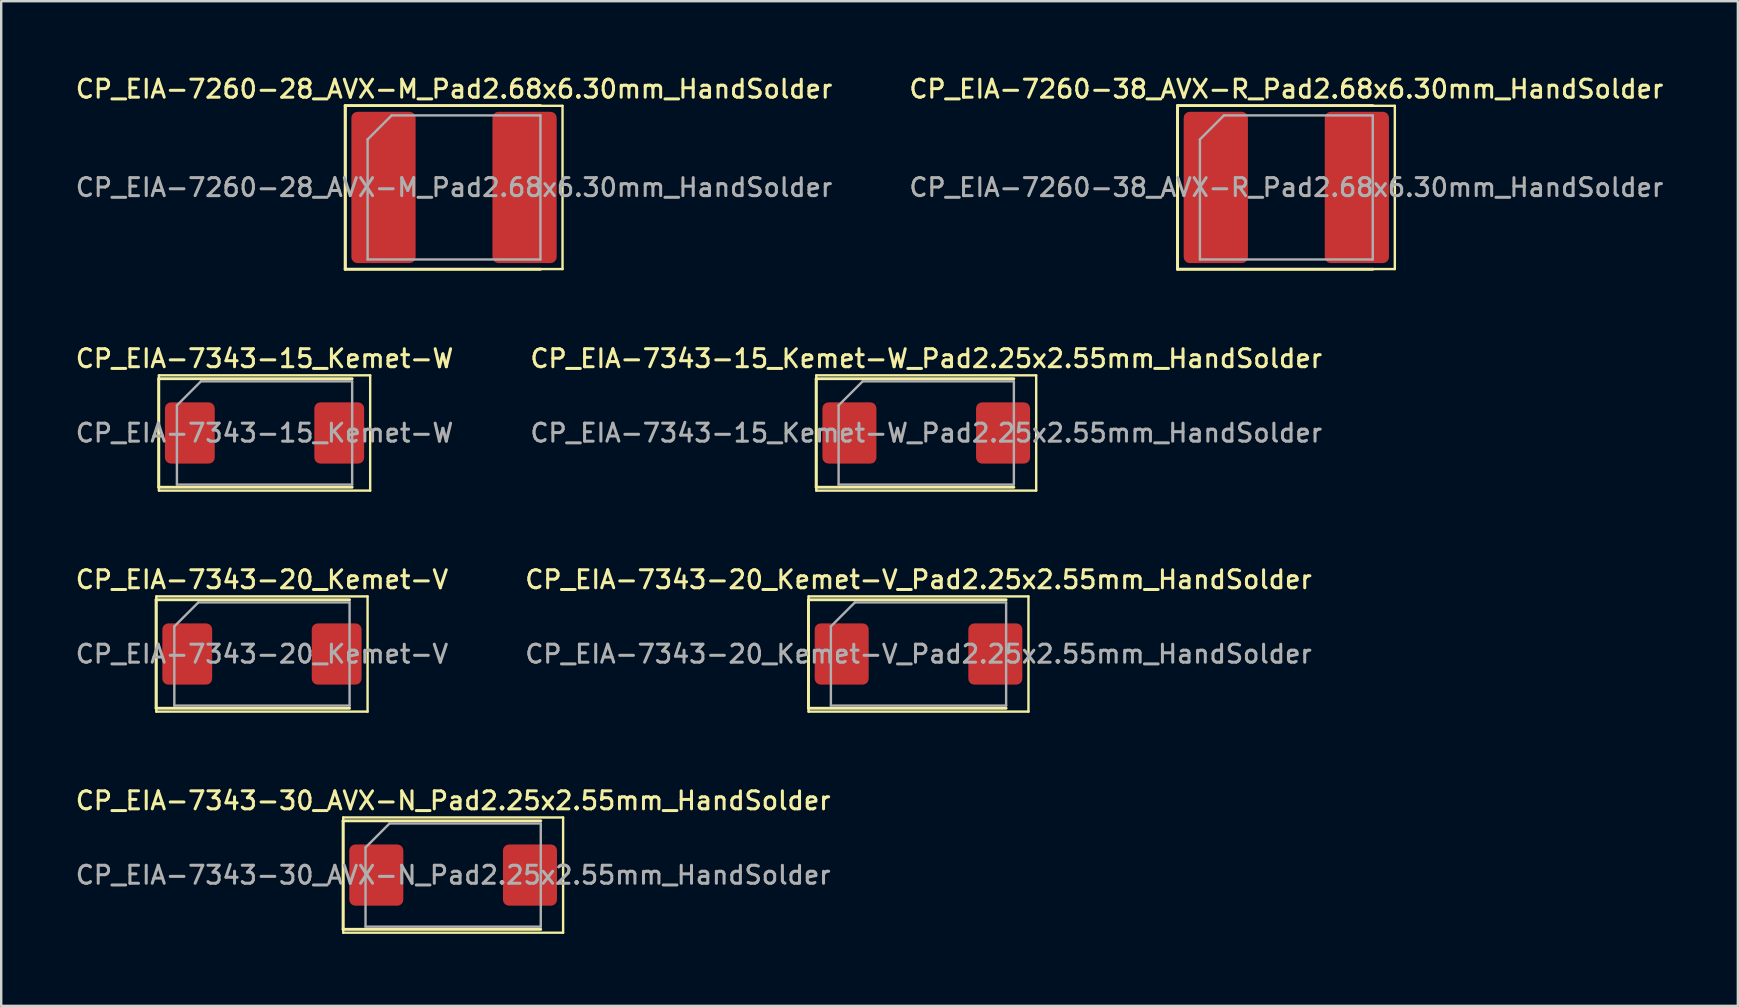
<source format=kicad_pcb>
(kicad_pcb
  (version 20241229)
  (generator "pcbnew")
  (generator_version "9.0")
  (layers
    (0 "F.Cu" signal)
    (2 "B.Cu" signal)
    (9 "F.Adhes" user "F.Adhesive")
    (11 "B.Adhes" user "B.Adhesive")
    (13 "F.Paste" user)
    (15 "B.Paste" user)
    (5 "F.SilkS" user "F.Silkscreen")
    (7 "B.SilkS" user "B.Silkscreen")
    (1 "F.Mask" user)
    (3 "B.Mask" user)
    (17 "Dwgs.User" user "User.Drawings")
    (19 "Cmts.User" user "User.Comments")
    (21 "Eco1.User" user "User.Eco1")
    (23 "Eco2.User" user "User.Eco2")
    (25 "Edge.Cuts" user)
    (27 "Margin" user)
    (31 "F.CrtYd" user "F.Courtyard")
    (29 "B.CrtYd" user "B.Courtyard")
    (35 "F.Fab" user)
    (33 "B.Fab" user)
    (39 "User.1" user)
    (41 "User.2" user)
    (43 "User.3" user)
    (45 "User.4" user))
  (footprint "CP_EIA-7260-38_AVX-R_Pad2.68x6.30mm_HandSolder"
    (layer "F.Cu")
    (at 50.534 4.758)
    (property "Reference" "CP_EIA-7260-38_AVX-R_Pad2.68x6.30mm_HandSolder" (at 0 -4.1 0) (layer "F.SilkS") (effects (font (size 0.75 0.75) (thickness 0.125))))
    (attr smd)
    (fp_line (start -4.535 -3.41) (end -4.535 3.41) (stroke (width 0.12) (type solid)) (layer "F.SilkS"))
    (fp_line (start -4.535 3.41) (end 3.6 3.41) (stroke (width 0.12) (type solid)) (layer "F.SilkS"))
    (fp_line (start -4.52 -3.4) (end 4.52 -3.4) (stroke (width 0.1) (type solid)) (layer "F.SilkS"))
    (fp_line (start -4.52 3.4) (end -4.52 -3.4) (stroke (width 0.1) (type solid)) (layer "F.SilkS"))
    (fp_line (start 3.6 -3.41) (end -4.535 -3.41) (stroke (width 0.12) (type solid)) (layer "F.SilkS"))
    (fp_line (start 4.52 -3.4) (end 4.52 3.4) (stroke (width 0.1) (type solid)) (layer "F.SilkS"))
    (fp_line (start 4.52 3.4) (end -4.52 3.4) (stroke (width 0.1) (type solid)) (layer "F.SilkS"))
    (fp_line (start -3.6 -2) (end -3.6 3) (stroke (width 0.1) (type solid)) (layer "F.Fab"))
    (fp_line (start -3.6 3) (end 3.6 3) (stroke (width 0.1) (type solid)) (layer "F.Fab"))
    (fp_line (start -2.6 -3) (end -3.6 -2) (stroke (width 0.1) (type solid)) (layer "F.Fab"))
    (fp_line (start 3.6 -3) (end -2.6 -3) (stroke (width 0.1) (type solid)) (layer "F.Fab"))
    (fp_line (start 3.6 3) (end 3.6 -3) (stroke (width 0.1) (type solid)) (layer "F.Fab"))
    (fp_text user "${REFERENCE}" (at 0 0 0) (layer "F.Fab") (effects (font (size 0.75 0.75) (thickness 0.125))))
    (pad "1" smd roundrect (at -2.938 0) (size 2.675 6.3) (layers "F.Cu" "F.Mask" "F.Paste") (roundrect_rratio 0.093))
    (pad "2" smd roundrect (at 2.938 0) (size 2.675 6.3) (layers "F.Cu" "F.Mask" "F.Paste") (roundrect_rratio 0.093)))
  (footprint "CP_EIA-7343-15_Kemet-W"
    (layer "F.Cu")
    (at 7.97 14.986)
    (property "Reference" "CP_EIA-7343-15_Kemet-W" (at 0 -3.1 0) (layer "F.SilkS") (effects (font (size 0.75 0.75) (thickness 0.125))))
    (attr smd)
    (fp_line (start -4.41 -2.26) (end -4.41 2.26) (stroke (width 0.12) (type solid)) (layer "F.SilkS"))
    (fp_line (start -4.41 2.26) (end 3.65 2.26) (stroke (width 0.12) (type solid)) (layer "F.SilkS"))
    (fp_line (start -4.4 -2.4) (end 4.4 -2.4) (stroke (width 0.1) (type solid)) (layer "F.SilkS"))
    (fp_line (start -4.4 2.4) (end -4.4 -2.4) (stroke (width 0.1) (type solid)) (layer "F.SilkS"))
    (fp_line (start 3.65 -2.26) (end -4.41 -2.26) (stroke (width 0.12) (type solid)) (layer "F.SilkS"))
    (fp_line (start 4.4 -2.4) (end 4.4 2.4) (stroke (width 0.1) (type solid)) (layer "F.SilkS"))
    (fp_line (start 4.4 2.4) (end -4.4 2.4) (stroke (width 0.1) (type solid)) (layer "F.SilkS"))
    (fp_line (start -3.65 -1.15) (end -3.65 2.15) (stroke (width 0.1) (type solid)) (layer "F.Fab"))
    (fp_line (start -3.65 2.15) (end 3.65 2.15) (stroke (width 0.1) (type solid)) (layer "F.Fab"))
    (fp_line (start -2.65 -2.15) (end -3.65 -1.15) (stroke (width 0.1) (type solid)) (layer "F.Fab"))
    (fp_line (start 3.65 -2.15) (end -2.65 -2.15) (stroke (width 0.1) (type solid)) (layer "F.Fab"))
    (fp_line (start 3.65 2.15) (end 3.65 -2.15) (stroke (width 0.1) (type solid)) (layer "F.Fab"))
    (fp_text user "${REFERENCE}" (at 0 0 0) (layer "F.Fab") (effects (font (size 0.75 0.75) (thickness 0.125))))
    (pad "1" smd roundrect (at -3.112 0) (size 2.075 2.55) (layers "F.Cu" "F.Mask" "F.Paste") (roundrect_rratio 0.12))
    (pad "2" smd roundrect (at 3.112 0) (size 2.075 2.55) (layers "F.Cu" "F.Mask" "F.Paste") (roundrect_rratio 0.12)))
  (footprint "CP_EIA-7343-20_Kemet-V"
    (layer "F.Cu")
    (at 7.862 24.194)
    (property "Reference" "CP_EIA-7343-20_Kemet-V" (at 0 -3.1 0) (layer "F.SilkS") (effects (font (size 0.75 0.75) (thickness 0.125))))
    (attr smd)
    (fp_line (start -4.41 -2.26) (end -4.41 2.26) (stroke (width 0.12) (type solid)) (layer "F.SilkS"))
    (fp_line (start -4.41 2.26) (end 3.65 2.26) (stroke (width 0.12) (type solid)) (layer "F.SilkS"))
    (fp_line (start -4.4 -2.4) (end 4.4 -2.4) (stroke (width 0.1) (type solid)) (layer "F.SilkS"))
    (fp_line (start -4.4 2.4) (end -4.4 -2.4) (stroke (width 0.1) (type solid)) (layer "F.SilkS"))
    (fp_line (start 3.65 -2.26) (end -4.41 -2.26) (stroke (width 0.12) (type solid)) (layer "F.SilkS"))
    (fp_line (start 4.4 -2.4) (end 4.4 2.4) (stroke (width 0.1) (type solid)) (layer "F.SilkS"))
    (fp_line (start 4.4 2.4) (end -4.4 2.4) (stroke (width 0.1) (type solid)) (layer "F.SilkS"))
    (fp_line (start -3.65 -1.15) (end -3.65 2.15) (stroke (width 0.1) (type solid)) (layer "F.Fab"))
    (fp_line (start -3.65 2.15) (end 3.65 2.15) (stroke (width 0.1) (type solid)) (layer "F.Fab"))
    (fp_line (start -2.65 -2.15) (end -3.65 -1.15) (stroke (width 0.1) (type solid)) (layer "F.Fab"))
    (fp_line (start 3.65 -2.15) (end -2.65 -2.15) (stroke (width 0.1) (type solid)) (layer "F.Fab"))
    (fp_line (start 3.65 2.15) (end 3.65 -2.15) (stroke (width 0.1) (type solid)) (layer "F.Fab"))
    (fp_text user "${REFERENCE}" (at 0 0 0) (layer "F.Fab") (effects (font (size 0.75 0.75) (thickness 0.125))))
    (pad "1" smd roundrect (at -3.112 0) (size 2.075 2.55) (layers "F.Cu" "F.Mask" "F.Paste") (roundrect_rratio 0.12))
    (pad "2" smd roundrect (at 3.112 0) (size 2.075 2.55) (layers "F.Cu" "F.Mask" "F.Paste") (roundrect_rratio 0.12)))
  (footprint "CP_EIA-7343-30_AVX-N_Pad2.25x2.55mm_HandSolder"
    (layer "F.Cu")
    (at 15.827 33.403)
    (property "Reference" "CP_EIA-7343-30_AVX-N_Pad2.25x2.55mm_HandSolder" (at 0 -3.1 0) (layer "F.SilkS") (effects (font (size 0.75 0.75) (thickness 0.125))))
    (attr smd)
    (fp_line (start -4.585 -2.26) (end -4.585 2.26) (stroke (width 0.12) (type solid)) (layer "F.SilkS"))
    (fp_line (start -4.585 2.26) (end 3.65 2.26) (stroke (width 0.12) (type solid)) (layer "F.SilkS"))
    (fp_line (start -4.58 -2.4) (end 4.58 -2.4) (stroke (width 0.1) (type solid)) (layer "F.SilkS"))
    (fp_line (start -4.58 2.4) (end -4.58 -2.4) (stroke (width 0.1) (type solid)) (layer "F.SilkS"))
    (fp_line (start 3.65 -2.26) (end -4.585 -2.26) (stroke (width 0.12) (type solid)) (layer "F.SilkS"))
    (fp_line (start 4.58 -2.4) (end 4.58 2.4) (stroke (width 0.1) (type solid)) (layer "F.SilkS"))
    (fp_line (start 4.58 2.4) (end -4.58 2.4) (stroke (width 0.1) (type solid)) (layer "F.SilkS"))
    (fp_line (start -3.65 -1.15) (end -3.65 2.15) (stroke (width 0.1) (type solid)) (layer "F.Fab"))
    (fp_line (start -3.65 2.15) (end 3.65 2.15) (stroke (width 0.1) (type solid)) (layer "F.Fab"))
    (fp_line (start -2.65 -2.15) (end -3.65 -1.15) (stroke (width 0.1) (type solid)) (layer "F.Fab"))
    (fp_line (start 3.65 -2.15) (end -2.65 -2.15) (stroke (width 0.1) (type solid)) (layer "F.Fab"))
    (fp_line (start 3.65 2.15) (end 3.65 -2.15) (stroke (width 0.1) (type solid)) (layer "F.Fab"))
    (fp_text user "${REFERENCE}" (at 0 0 0) (layer "F.Fab") (effects (font (size 0.75 0.75) (thickness 0.125))))
    (pad "1" smd roundrect (at -3.2 0) (size 2.25 2.55) (layers "F.Cu" "F.Mask" "F.Paste") (roundrect_rratio 0.111))
    (pad "2" smd roundrect (at 3.2 0) (size 2.25 2.55) (layers "F.Cu" "F.Mask" "F.Paste") (roundrect_rratio 0.111)))
  (footprint "CP_EIA-7343-20_Kemet-V_Pad2.25x2.55mm_HandSolder"
    (layer "F.Cu")
    (at 35.212 24.194)
    (property "Reference" "CP_EIA-7343-20_Kemet-V_Pad2.25x2.55mm_HandSolder" (at 0 -3.1 0) (layer "F.SilkS") (effects (font (size 0.75 0.75) (thickness 0.125))))
    (attr smd)
    (fp_line (start -4.585 -2.26) (end -4.585 2.26) (stroke (width 0.12) (type solid)) (layer "F.SilkS"))
    (fp_line (start -4.585 2.26) (end 3.65 2.26) (stroke (width 0.12) (type solid)) (layer "F.SilkS"))
    (fp_line (start -4.58 -2.4) (end 4.58 -2.4) (stroke (width 0.1) (type solid)) (layer "F.SilkS"))
    (fp_line (start -4.58 2.4) (end -4.58 -2.4) (stroke (width 0.1) (type solid)) (layer "F.SilkS"))
    (fp_line (start 3.65 -2.26) (end -4.585 -2.26) (stroke (width 0.12) (type solid)) (layer "F.SilkS"))
    (fp_line (start 4.58 -2.4) (end 4.58 2.4) (stroke (width 0.1) (type solid)) (layer "F.SilkS"))
    (fp_line (start 4.58 2.4) (end -4.58 2.4) (stroke (width 0.1) (type solid)) (layer "F.SilkS"))
    (fp_line (start -3.65 -1.15) (end -3.65 2.15) (stroke (width 0.1) (type solid)) (layer "F.Fab"))
    (fp_line (start -3.65 2.15) (end 3.65 2.15) (stroke (width 0.1) (type solid)) (layer "F.Fab"))
    (fp_line (start -2.65 -2.15) (end -3.65 -1.15) (stroke (width 0.1) (type solid)) (layer "F.Fab"))
    (fp_line (start 3.65 -2.15) (end -2.65 -2.15) (stroke (width 0.1) (type solid)) (layer "F.Fab"))
    (fp_line (start 3.65 2.15) (end 3.65 -2.15) (stroke (width 0.1) (type solid)) (layer "F.Fab"))
    (fp_text user "${REFERENCE}" (at 0 0 0) (layer "F.Fab") (effects (font (size 0.75 0.75) (thickness 0.125))))
    (pad "1" smd roundrect (at -3.2 0) (size 2.25 2.55) (layers "F.Cu" "F.Mask" "F.Paste") (roundrect_rratio 0.111))
    (pad "2" smd roundrect (at 3.2 0) (size 2.25 2.55) (layers "F.Cu" "F.Mask" "F.Paste") (roundrect_rratio 0.111)))
  (footprint "CP_EIA-7260-28_AVX-M_Pad2.68x6.30mm_HandSolder"
    (layer "F.Cu")
    (at 15.863 4.758)
    (property "Reference" "CP_EIA-7260-28_AVX-M_Pad2.68x6.30mm_HandSolder" (at 0 -4.1 0) (layer "F.SilkS") (effects (font (size 0.75 0.75) (thickness 0.125))))
    (attr smd)
    (fp_line (start -4.535 -3.41) (end -4.535 3.41) (stroke (width 0.12) (type solid)) (layer "F.SilkS"))
    (fp_line (start -4.535 3.41) (end 3.6 3.41) (stroke (width 0.12) (type solid)) (layer "F.SilkS"))
    (fp_line (start -4.52 -3.4) (end 4.52 -3.4) (stroke (width 0.1) (type solid)) (layer "F.SilkS"))
    (fp_line (start -4.52 3.4) (end -4.52 -3.4) (stroke (width 0.1) (type solid)) (layer "F.SilkS"))
    (fp_line (start 3.6 -3.41) (end -4.535 -3.41) (stroke (width 0.12) (type solid)) (layer "F.SilkS"))
    (fp_line (start 4.52 -3.4) (end 4.52 3.4) (stroke (width 0.1) (type solid)) (layer "F.SilkS"))
    (fp_line (start 4.52 3.4) (end -4.52 3.4) (stroke (width 0.1) (type solid)) (layer "F.SilkS"))
    (fp_line (start -3.6 -2) (end -3.6 3) (stroke (width 0.1) (type solid)) (layer "F.Fab"))
    (fp_line (start -3.6 3) (end 3.6 3) (stroke (width 0.1) (type solid)) (layer "F.Fab"))
    (fp_line (start -2.6 -3) (end -3.6 -2) (stroke (width 0.1) (type solid)) (layer "F.Fab"))
    (fp_line (start 3.6 -3) (end -2.6 -3) (stroke (width 0.1) (type solid)) (layer "F.Fab"))
    (fp_line (start 3.6 3) (end 3.6 -3) (stroke (width 0.1) (type solid)) (layer "F.Fab"))
    (fp_text user "${REFERENCE}" (at 0 0 0) (layer "F.Fab") (effects (font (size 0.75 0.75) (thickness 0.125))))
    (pad "1" smd roundrect (at -2.938 0) (size 2.675 6.3) (layers "F.Cu" "F.Mask" "F.Paste") (roundrect_rratio 0.093))
    (pad "2" smd roundrect (at 2.938 0) (size 2.675 6.3) (layers "F.Cu" "F.Mask" "F.Paste") (roundrect_rratio 0.093)))
  (footprint "CP_EIA-7343-15_Kemet-W_Pad2.25x2.55mm_HandSolder"
    (layer "F.Cu")
    (at 35.534 14.986)
    (property "Reference" "CP_EIA-7343-15_Kemet-W_Pad2.25x2.55mm_HandSolder" (at 0 -3.1 0) (layer "F.SilkS") (effects (font (size 0.75 0.75) (thickness 0.125))))
    (attr smd)
    (fp_line (start -4.585 -2.26) (end -4.585 2.26) (stroke (width 0.12) (type solid)) (layer "F.SilkS"))
    (fp_line (start -4.585 2.26) (end 3.65 2.26) (stroke (width 0.12) (type solid)) (layer "F.SilkS"))
    (fp_line (start -4.58 -2.4) (end 4.58 -2.4) (stroke (width 0.1) (type solid)) (layer "F.SilkS"))
    (fp_line (start -4.58 2.4) (end -4.58 -2.4) (stroke (width 0.1) (type solid)) (layer "F.SilkS"))
    (fp_line (start 3.65 -2.26) (end -4.585 -2.26) (stroke (width 0.12) (type solid)) (layer "F.SilkS"))
    (fp_line (start 4.58 -2.4) (end 4.58 2.4) (stroke (width 0.1) (type solid)) (layer "F.SilkS"))
    (fp_line (start 4.58 2.4) (end -4.58 2.4) (stroke (width 0.1) (type solid)) (layer "F.SilkS"))
    (fp_line (start -3.65 -1.15) (end -3.65 2.15) (stroke (width 0.1) (type solid)) (layer "F.Fab"))
    (fp_line (start -3.65 2.15) (end 3.65 2.15) (stroke (width 0.1) (type solid)) (layer "F.Fab"))
    (fp_line (start -2.65 -2.15) (end -3.65 -1.15) (stroke (width 0.1) (type solid)) (layer "F.Fab"))
    (fp_line (start 3.65 -2.15) (end -2.65 -2.15) (stroke (width 0.1) (type solid)) (layer "F.Fab"))
    (fp_line (start 3.65 2.15) (end 3.65 -2.15) (stroke (width 0.1) (type solid)) (layer "F.Fab"))
    (fp_text user "${REFERENCE}" (at 0 0 0) (layer "F.Fab") (effects (font (size 0.75 0.75) (thickness 0.125))))
    (pad "1" smd roundrect (at -3.2 0) (size 2.25 2.55) (layers "F.Cu" "F.Mask" "F.Paste") (roundrect_rratio 0.111))
    (pad "2" smd roundrect (at 3.2 0) (size 2.25 2.55) (layers "F.Cu" "F.Mask" "F.Paste") (roundrect_rratio 0.111)))
  (gr_rect
    (start -3 -3)
    (end 69.343 38.852)
    (stroke (width 0.1) (type default))
    (fill no)
    (layer "Edge.Cuts")))
</source>
